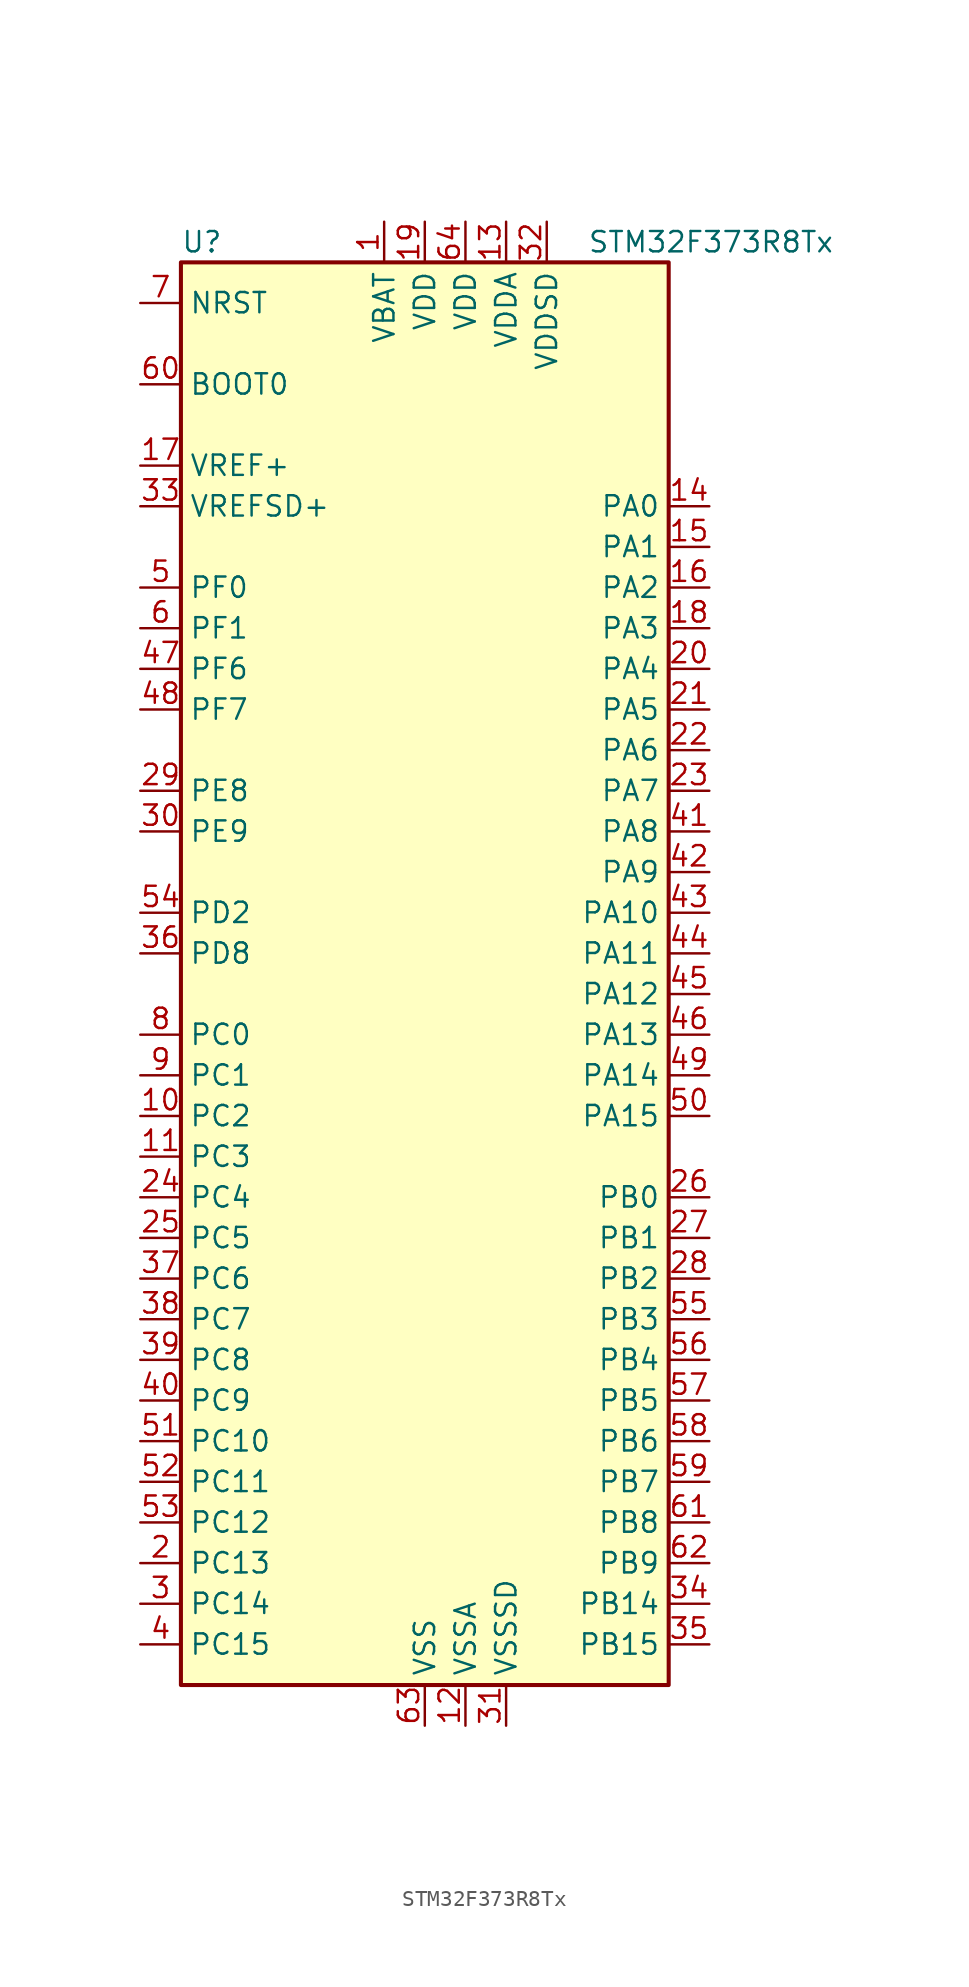
<source format=kicad_sym>
(kicad_symbol_lib
  (version 20201005)
  (generator kicad_symbol_editor)
  (symbol "MCU_ST_STM32F3:STM32F373R8Tx"
    (property "Reference" "U"
      (at -15.24 44.45 0)
      (effects (font (size 1.27 1.27)) (justify left)))
    (property "Value" "STM32F373R8Tx"
      (at 10.16 44.45 0)
      (effects (font (size 1.27 1.27)) (justify left)))
    (symbol "STM32F373R8Tx_0_1"
      (rectangle (start -15.24 -45.72) (end 15.24 43.18) (stroke (width 0.254)) (fill (type background))))
    (symbol "STM32F373R8Tx_1_1"
      (pin input line (at -17.78 35.56 0) (length 2.54) (name "BOOT0" (effects (font (size 1.27 1.27)))) (number "60" (effects (font (size 1.27 1.27)))))
      (pin input line (at -17.78 40.64 0) (length 2.54) (name "NRST" (effects (font (size 1.27 1.27)))) (number "7" (effects (font (size 1.27 1.27)))))
      (pin bidirectional line (at 17.78 27.94 180) (length 2.54) (name "PA0" (effects (font (size 1.27 1.27)))) (number "14" (effects (font (size 1.27 1.27)))))
      (pin bidirectional line (at 17.78 25.4 180) (length 2.54) (name "PA1" (effects (font (size 1.27 1.27)))) (number "15" (effects (font (size 1.27 1.27)))))
      (pin bidirectional line (at 17.78 2.54 180) (length 2.54) (name "PA10" (effects (font (size 1.27 1.27)))) (number "43" (effects (font (size 1.27 1.27)))))
      (pin bidirectional line (at 17.78 0 180) (length 2.54) (name "PA11" (effects (font (size 1.27 1.27)))) (number "44" (effects (font (size 1.27 1.27)))))
      (pin bidirectional line (at 17.78 -2.54 180) (length 2.54) (name "PA12" (effects (font (size 1.27 1.27)))) (number "45" (effects (font (size 1.27 1.27)))))
      (pin bidirectional line (at 17.78 -5.08 180) (length 2.54) (name "PA13" (effects (font (size 1.27 1.27)))) (number "46" (effects (font (size 1.27 1.27)))))
      (pin bidirectional line (at 17.78 -7.62 180) (length 2.54) (name "PA14" (effects (font (size 1.27 1.27)))) (number "49" (effects (font (size 1.27 1.27)))))
      (pin bidirectional line (at 17.78 -10.16 180) (length 2.54) (name "PA15" (effects (font (size 1.27 1.27)))) (number "50" (effects (font (size 1.27 1.27)))))
      (pin bidirectional line (at 17.78 22.86 180) (length 2.54) (name "PA2" (effects (font (size 1.27 1.27)))) (number "16" (effects (font (size 1.27 1.27)))))
      (pin bidirectional line (at 17.78 20.32 180) (length 2.54) (name "PA3" (effects (font (size 1.27 1.27)))) (number "18" (effects (font (size 1.27 1.27)))))
      (pin bidirectional line (at 17.78 17.78 180) (length 2.54) (name "PA4" (effects (font (size 1.27 1.27)))) (number "20" (effects (font (size 1.27 1.27)))))
      (pin bidirectional line (at 17.78 15.24 180) (length 2.54) (name "PA5" (effects (font (size 1.27 1.27)))) (number "21" (effects (font (size 1.27 1.27)))))
      (pin bidirectional line (at 17.78 12.7 180) (length 2.54) (name "PA6" (effects (font (size 1.27 1.27)))) (number "22" (effects (font (size 1.27 1.27)))))
      (pin bidirectional line (at 17.78 10.16 180) (length 2.54) (name "PA7" (effects (font (size 1.27 1.27)))) (number "23" (effects (font (size 1.27 1.27)))))
      (pin bidirectional line (at 17.78 7.62 180) (length 2.54) (name "PA8" (effects (font (size 1.27 1.27)))) (number "41" (effects (font (size 1.27 1.27)))))
      (pin bidirectional line (at 17.78 5.08 180) (length 2.54) (name "PA9" (effects (font (size 1.27 1.27)))) (number "42" (effects (font (size 1.27 1.27)))))
      (pin bidirectional line (at 17.78 -15.24 180) (length 2.54) (name "PB0" (effects (font (size 1.27 1.27)))) (number "26" (effects (font (size 1.27 1.27)))))
      (pin bidirectional line (at 17.78 -17.78 180) (length 2.54) (name "PB1" (effects (font (size 1.27 1.27)))) (number "27" (effects (font (size 1.27 1.27)))))
      (pin bidirectional line (at 17.78 -40.64 180) (length 2.54) (name "PB14" (effects (font (size 1.27 1.27)))) (number "34" (effects (font (size 1.27 1.27)))))
      (pin bidirectional line (at 17.78 -43.18 180) (length 2.54) (name "PB15" (effects (font (size 1.27 1.27)))) (number "35" (effects (font (size 1.27 1.27)))))
      (pin bidirectional line (at 17.78 -20.32 180) (length 2.54) (name "PB2" (effects (font (size 1.27 1.27)))) (number "28" (effects (font (size 1.27 1.27)))))
      (pin bidirectional line (at 17.78 -22.86 180) (length 2.54) (name "PB3" (effects (font (size 1.27 1.27)))) (number "55" (effects (font (size 1.27 1.27)))))
      (pin bidirectional line (at 17.78 -25.4 180) (length 2.54) (name "PB4" (effects (font (size 1.27 1.27)))) (number "56" (effects (font (size 1.27 1.27)))))
      (pin bidirectional line (at 17.78 -27.94 180) (length 2.54) (name "PB5" (effects (font (size 1.27 1.27)))) (number "57" (effects (font (size 1.27 1.27)))))
      (pin bidirectional line (at 17.78 -30.48 180) (length 2.54) (name "PB6" (effects (font (size 1.27 1.27)))) (number "58" (effects (font (size 1.27 1.27)))))
      (pin bidirectional line (at 17.78 -33.02 180) (length 2.54) (name "PB7" (effects (font (size 1.27 1.27)))) (number "59" (effects (font (size 1.27 1.27)))))
      (pin bidirectional line (at 17.78 -35.56 180) (length 2.54) (name "PB8" (effects (font (size 1.27 1.27)))) (number "61" (effects (font (size 1.27 1.27)))))
      (pin bidirectional line (at 17.78 -38.1 180) (length 2.54) (name "PB9" (effects (font (size 1.27 1.27)))) (number "62" (effects (font (size 1.27 1.27)))))
      (pin bidirectional line (at -17.78 -5.08 0) (length 2.54) (name "PC0" (effects (font (size 1.27 1.27)))) (number "8" (effects (font (size 1.27 1.27)))))
      (pin bidirectional line (at -17.78 -7.62 0) (length 2.54) (name "PC1" (effects (font (size 1.27 1.27)))) (number "9" (effects (font (size 1.27 1.27)))))
      (pin bidirectional line (at -17.78 -30.48 0) (length 2.54) (name "PC10" (effects (font (size 1.27 1.27)))) (number "51" (effects (font (size 1.27 1.27)))))
      (pin bidirectional line (at -17.78 -33.02 0) (length 2.54) (name "PC11" (effects (font (size 1.27 1.27)))) (number "52" (effects (font (size 1.27 1.27)))))
      (pin bidirectional line (at -17.78 -35.56 0) (length 2.54) (name "PC12" (effects (font (size 1.27 1.27)))) (number "53" (effects (font (size 1.27 1.27)))))
      (pin bidirectional line (at -17.78 -38.1 0) (length 2.54) (name "PC13" (effects (font (size 1.27 1.27)))) (number "2" (effects (font (size 1.27 1.27)))))
      (pin bidirectional line (at -17.78 -40.64 0) (length 2.54) (name "PC14" (effects (font (size 1.27 1.27)))) (number "3" (effects (font (size 1.27 1.27)))))
      (pin bidirectional line (at -17.78 -43.18 0) (length 2.54) (name "PC15" (effects (font (size 1.27 1.27)))) (number "4" (effects (font (size 1.27 1.27)))))
      (pin bidirectional line (at -17.78 -10.16 0) (length 2.54) (name "PC2" (effects (font (size 1.27 1.27)))) (number "10" (effects (font (size 1.27 1.27)))))
      (pin bidirectional line (at -17.78 -12.7 0) (length 2.54) (name "PC3" (effects (font (size 1.27 1.27)))) (number "11" (effects (font (size 1.27 1.27)))))
      (pin bidirectional line (at -17.78 -15.24 0) (length 2.54) (name "PC4" (effects (font (size 1.27 1.27)))) (number "24" (effects (font (size 1.27 1.27)))))
      (pin bidirectional line (at -17.78 -17.78 0) (length 2.54) (name "PC5" (effects (font (size 1.27 1.27)))) (number "25" (effects (font (size 1.27 1.27)))))
      (pin bidirectional line (at -17.78 -20.32 0) (length 2.54) (name "PC6" (effects (font (size 1.27 1.27)))) (number "37" (effects (font (size 1.27 1.27)))))
      (pin bidirectional line (at -17.78 -22.86 0) (length 2.54) (name "PC7" (effects (font (size 1.27 1.27)))) (number "38" (effects (font (size 1.27 1.27)))))
      (pin bidirectional line (at -17.78 -25.4 0) (length 2.54) (name "PC8" (effects (font (size 1.27 1.27)))) (number "39" (effects (font (size 1.27 1.27)))))
      (pin bidirectional line (at -17.78 -27.94 0) (length 2.54) (name "PC9" (effects (font (size 1.27 1.27)))) (number "40" (effects (font (size 1.27 1.27)))))
      (pin bidirectional line (at -17.78 2.54 0) (length 2.54) (name "PD2" (effects (font (size 1.27 1.27)))) (number "54" (effects (font (size 1.27 1.27)))))
      (pin bidirectional line (at -17.78 0 0) (length 2.54) (name "PD8" (effects (font (size 1.27 1.27)))) (number "36" (effects (font (size 1.27 1.27)))))
      (pin bidirectional line (at -17.78 10.16 0) (length 2.54) (name "PE8" (effects (font (size 1.27 1.27)))) (number "29" (effects (font (size 1.27 1.27)))))
      (pin bidirectional line (at -17.78 7.62 0) (length 2.54) (name "PE9" (effects (font (size 1.27 1.27)))) (number "30" (effects (font (size 1.27 1.27)))))
      (pin input line (at -17.78 22.86 0) (length 2.54) (name "PF0" (effects (font (size 1.27 1.27)))) (number "5" (effects (font (size 1.27 1.27)))))
      (pin input line (at -17.78 20.32 0) (length 2.54) (name "PF1" (effects (font (size 1.27 1.27)))) (number "6" (effects (font (size 1.27 1.27)))))
      (pin bidirectional line (at -17.78 17.78 0) (length 2.54) (name "PF6" (effects (font (size 1.27 1.27)))) (number "47" (effects (font (size 1.27 1.27)))))
      (pin bidirectional line (at -17.78 15.24 0) (length 2.54) (name "PF7" (effects (font (size 1.27 1.27)))) (number "48" (effects (font (size 1.27 1.27)))))
      (pin power_in line (at -2.54 45.72 270) (length 2.54) (name "VBAT" (effects (font (size 1.27 1.27)))) (number "1" (effects (font (size 1.27 1.27)))))
      (pin power_in line (at 0 45.72 270) (length 2.54) (name "VDD" (effects (font (size 1.27 1.27)))) (number "19" (effects (font (size 1.27 1.27)))))
      (pin power_in line (at 2.54 45.72 270) (length 2.54) (name "VDD" (effects (font (size 1.27 1.27)))) (number "64" (effects (font (size 1.27 1.27)))))
      (pin power_in line (at 5.08 45.72 270) (length 2.54) (name "VDDA" (effects (font (size 1.27 1.27)))) (number "13" (effects (font (size 1.27 1.27)))))
      (pin power_in line (at 7.62 45.72 270) (length 2.54) (name "VDDSD" (effects (font (size 1.27 1.27)))) (number "32" (effects (font (size 1.27 1.27)))))
      (pin power_in line (at -17.78 30.48 0) (length 2.54) (name "VREF+" (effects (font (size 1.27 1.27)))) (number "17" (effects (font (size 1.27 1.27)))))
      (pin power_in line (at -17.78 27.94 0) (length 2.54) (name "VREFSD+" (effects (font (size 1.27 1.27)))) (number "33" (effects (font (size 1.27 1.27)))))
      (pin power_in line (at 0 -48.26 90) (length 2.54) (name "VSS" (effects (font (size 1.27 1.27)))) (number "63" (effects (font (size 1.27 1.27)))))
      (pin power_in line (at 2.54 -48.26 90) (length 2.54) (name "VSSA" (effects (font (size 1.27 1.27)))) (number "12" (effects (font (size 1.27 1.27)))))
      (pin power_in line (at 5.08 -48.26 90) (length 2.54) (name "VSSSD" (effects (font (size 1.27 1.27)))) (number "31" (effects (font (size 1.27 1.27))))))))
</source>
